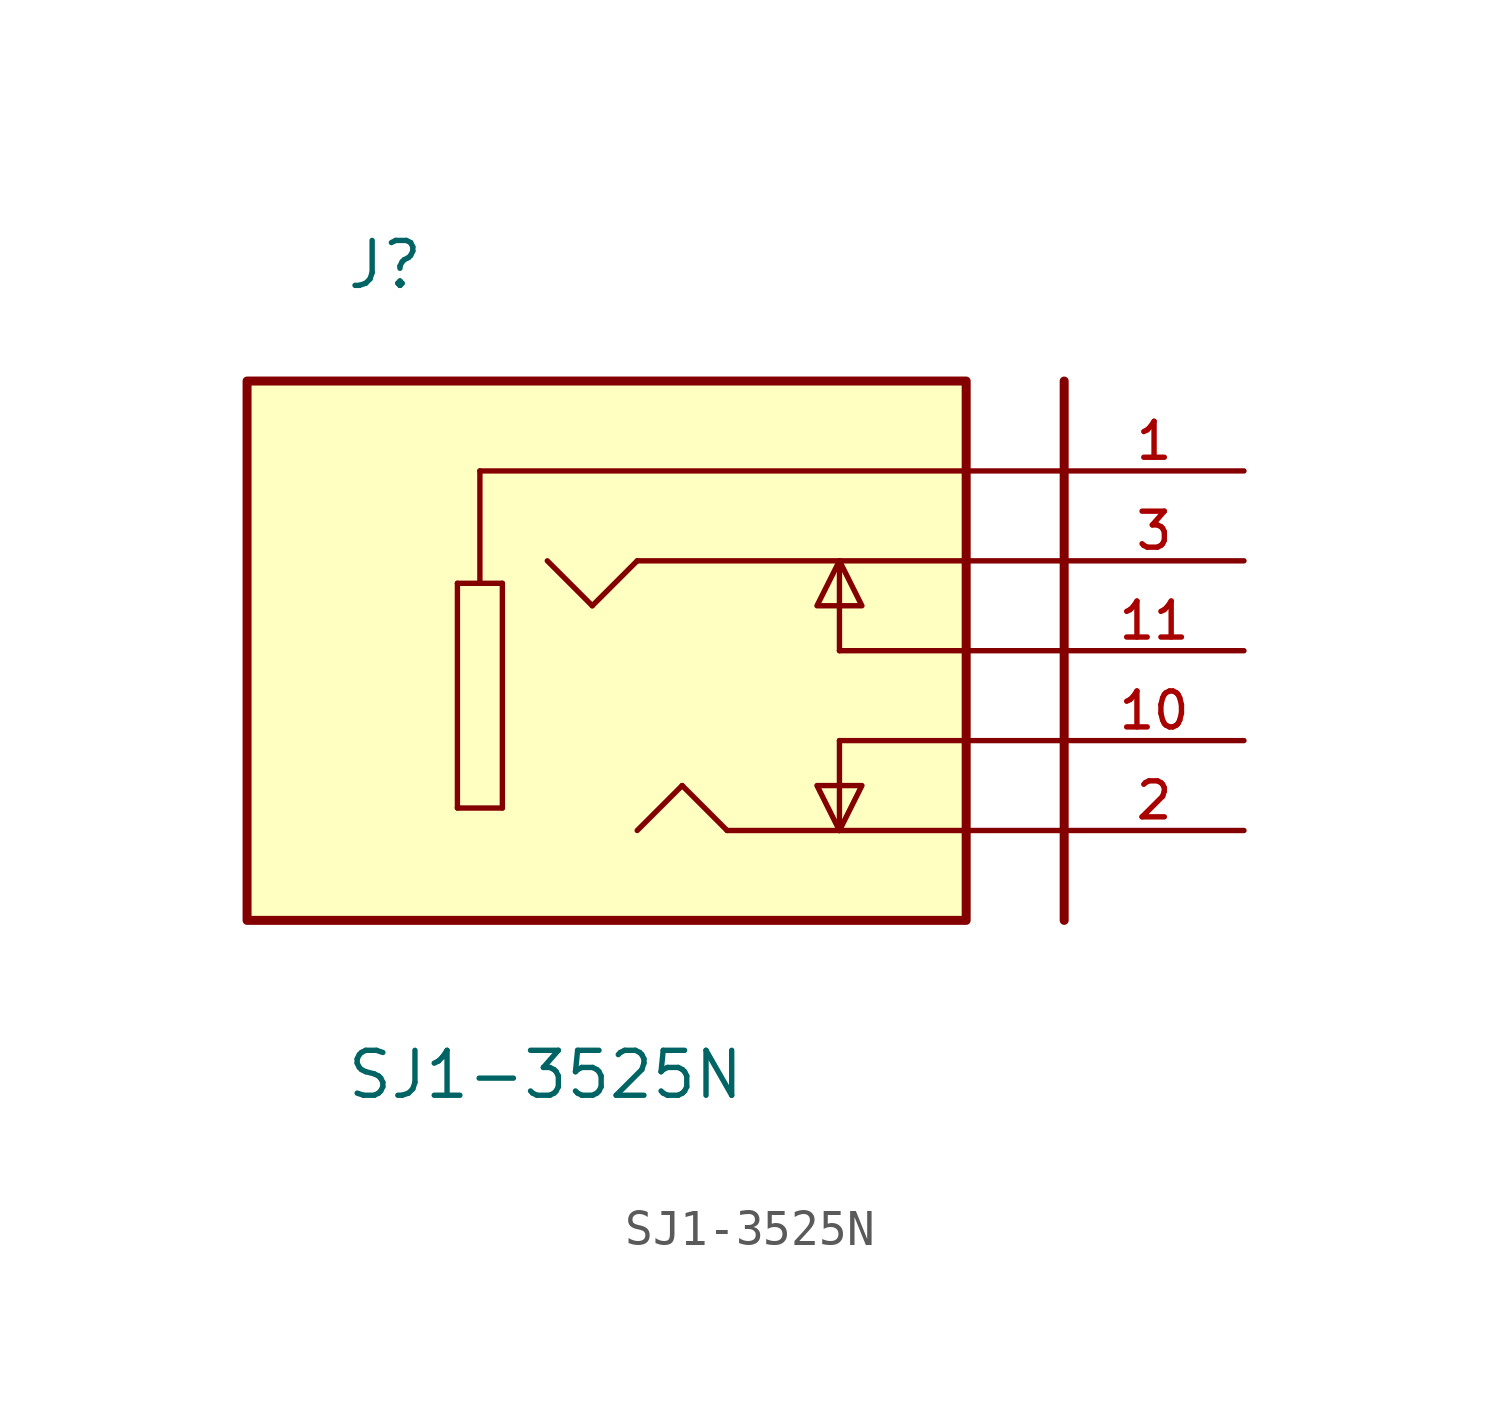
<source format=kicad_sym>
(kicad_symbol_lib
  (version 20211014)
  (generator kicad_symbol_editor)
  (symbol "SJ1-3525N"
    (pin_names
      (offset 1.016) hide)
    (property "Reference" "J"
      (at -10.16 10.16 0)
      (effects (font (size 1.27 1.27)) (justify left bottom)))
    (property "Value" "SJ1-3525N"
      (at -10.16 -12.725 0)
      (effects (font (size 1.27 1.27)) (justify left bottom)))
    (property "ki_locked" ""
      (at 0 0 0)
      (effects (font (size 1.27 1.27))))
    (symbol "SJ1-3525N_0_0"
      (rectangle (start -12.929 -7.62) (end 7.391 7.62) (stroke (width 0.254) (type default) (color 0 0 0 0)) (fill (type background)))
      (polyline (pts (xy -6.985 -4.445) (xy -6.985 1.905)) (stroke (width 0.152) (type default) (color 0 0 0 0)) (fill (type none)))
      (polyline (pts (xy -6.985 1.905) (xy -6.35 1.905)) (stroke (width 0.152) (type default) (color 0 0 0 0)) (fill (type none)))
      (polyline (pts (xy -6.35 1.905) (xy -5.715 1.905)) (stroke (width 0.152) (type default) (color 0 0 0 0)) (fill (type none)))
      (polyline (pts (xy -6.35 5.08) (xy -6.35 1.905)) (stroke (width 0.152) (type default) (color 0 0 0 0)) (fill (type none)))
      (polyline (pts (xy -5.715 -4.445) (xy -6.985 -4.445)) (stroke (width 0.152) (type default) (color 0 0 0 0)) (fill (type none)))
      (polyline (pts (xy -5.715 1.905) (xy -5.715 -4.445)) (stroke (width 0.152) (type default) (color 0 0 0 0)) (fill (type none)))
      (polyline (pts (xy -3.175 1.27) (xy -4.445 2.54)) (stroke (width 0.152) (type default) (color 0 0 0 0)) (fill (type none)))
      (polyline (pts (xy -1.905 2.54) (xy -3.175 1.27)) (stroke (width 0.152) (type default) (color 0 0 0 0)) (fill (type none)))
      (polyline (pts (xy -0.635 -3.81) (xy -1.905 -5.08)) (stroke (width 0.152) (type default) (color 0 0 0 0)) (fill (type none)))
      (polyline (pts (xy 0.635 -5.08) (xy -0.635 -3.81)) (stroke (width 0.152) (type default) (color 0 0 0 0)) (fill (type none)))
      (polyline (pts (xy 3.81 -5.08) (xy 0.635 -5.08)) (stroke (width 0.152) (type default) (color 0 0 0 0)) (fill (type none)))
      (polyline (pts (xy 3.81 -2.54) (xy 3.81 -5.08)) (stroke (width 0.152) (type default) (color 0 0 0 0)) (fill (type none)))
      (polyline (pts (xy 3.81 2.54) (xy -1.905 2.54)) (stroke (width 0.152) (type default) (color 0 0 0 0)) (fill (type none)))
      (polyline (pts (xy 3.81 2.54) (xy 3.81 0)) (stroke (width 0.152) (type default) (color 0 0 0 0)) (fill (type none)))
      (polyline (pts (xy 10.16 -7.62) (xy 10.16 7.62)) (stroke (width 0.254) (type default) (color 0 0 0 0)) (fill (type none)))
      (polyline (pts (xy 10.16 -5.08) (xy 3.81 -5.08)) (stroke (width 0.152) (type default) (color 0 0 0 0)) (fill (type none)))
      (polyline (pts (xy 10.16 -2.54) (xy 3.81 -2.54)) (stroke (width 0.152) (type default) (color 0 0 0 0)) (fill (type none)))
      (polyline (pts (xy 10.16 0) (xy 3.81 0)) (stroke (width 0.152) (type default) (color 0 0 0 0)) (fill (type none)))
      (polyline (pts (xy 10.16 2.54) (xy 3.81 2.54)) (stroke (width 0.152) (type default) (color 0 0 0 0)) (fill (type none)))
      (polyline (pts (xy 10.16 5.08) (xy -6.35 5.08)) (stroke (width 0.152) (type default) (color 0 0 0 0)) (fill (type none)))
      (polyline (pts (xy 3.81 -5.08) (xy 3.175 -3.81) (xy 4.445 -3.81) (xy 3.81 -5.08)) (stroke (width 0.152) (type default) (color 0 0 0 0)) (fill (type background)))
      (polyline (pts (xy 3.81 2.54) (xy 4.445 1.27) (xy 3.175 1.27) (xy 3.81 2.54)) (stroke (width 0.152) (type default) (color 0 0 0 0)) (fill (type background)))
      (pin passive line (at 15.24 5.08 180) (length 5.08) (name "~" (effects (font (size 1.016 1.016)))) (number "1" (effects (font (size 1.016 1.016)))))
      (pin passive line (at 15.24 -2.54 180) (length 5.08) (name "~" (effects (font (size 1.016 1.016)))) (number "10" (effects (font (size 1.016 1.016)))))
      (pin passive line (at 15.24 0 180) (length 5.08) (name "~" (effects (font (size 1.016 1.016)))) (number "11" (effects (font (size 1.016 1.016)))))
      (pin passive line (at 15.24 -5.08 180) (length 5.08) (name "~" (effects (font (size 1.016 1.016)))) (number "2" (effects (font (size 1.016 1.016)))))
      (pin passive line (at 15.24 2.54 180) (length 5.08) (name "~" (effects (font (size 1.016 1.016)))) (number "3" (effects (font (size 1.016 1.016))))))))
</source>
